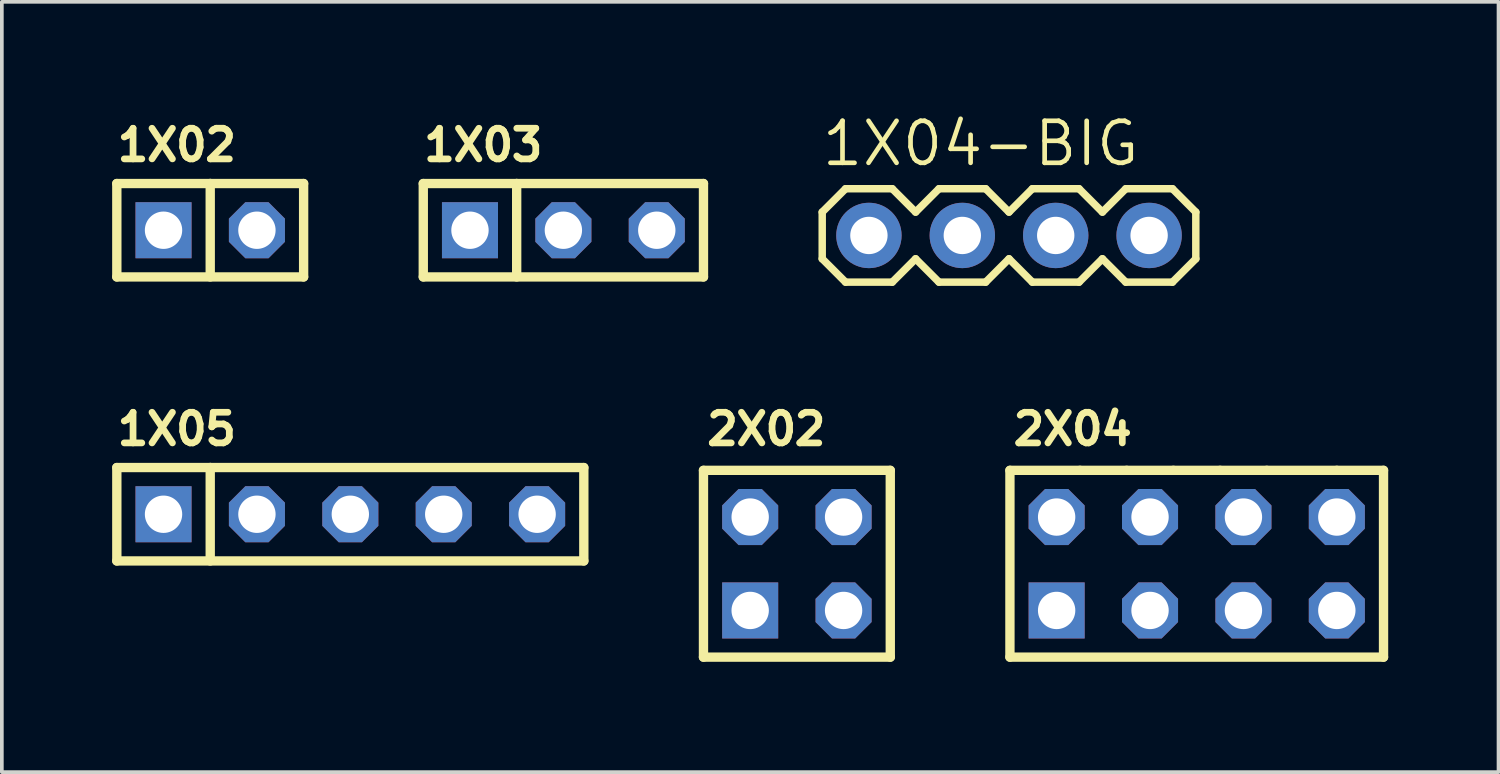
<source format=kicad_pcb>
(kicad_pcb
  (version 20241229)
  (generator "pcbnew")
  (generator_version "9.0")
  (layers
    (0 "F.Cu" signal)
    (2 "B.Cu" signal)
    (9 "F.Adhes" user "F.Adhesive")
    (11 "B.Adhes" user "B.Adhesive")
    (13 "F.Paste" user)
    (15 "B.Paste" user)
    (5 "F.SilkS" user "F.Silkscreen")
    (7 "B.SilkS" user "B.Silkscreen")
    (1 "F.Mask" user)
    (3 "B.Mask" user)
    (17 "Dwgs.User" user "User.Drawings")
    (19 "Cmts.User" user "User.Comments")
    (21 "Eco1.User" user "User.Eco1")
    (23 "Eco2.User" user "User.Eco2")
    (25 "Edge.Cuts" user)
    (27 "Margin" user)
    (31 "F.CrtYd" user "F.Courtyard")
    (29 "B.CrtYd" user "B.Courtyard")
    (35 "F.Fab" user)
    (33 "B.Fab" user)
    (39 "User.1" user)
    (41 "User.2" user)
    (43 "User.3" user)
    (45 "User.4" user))
  (footprint "2X02"
    (layer "F.Cu")
    (at 18.621 12.281)
    (property "Reference" "2X02" (at -2.54 -3.175 0) (unlocked yes) (layer "F.SilkS") (effects (font (size 0.833 0.833) (thickness 0.183)) (justify left bottom)))
    (fp_line (start -2.54 -2.54) (end 2.54 -2.54) (stroke (width 0.254) (type solid)) (layer "F.SilkS"))
    (fp_line (start -2.54 2.54) (end -2.54 -2.54) (stroke (width 0.254) (type solid)) (layer "F.SilkS"))
    (fp_line (start -2.54 2.54) (end 2.54 2.54) (stroke (width 0.254) (type solid)) (layer "F.SilkS"))
    (fp_line (start 2.54 -2.54) (end 2.54 2.54) (stroke (width 0.254) (type solid)) (layer "F.SilkS"))
    (fp_poly (pts (xy -1.524 -1.016) (xy -1.016 -1.016) (xy -1.016 -1.524) (xy -1.524 -1.524)) (stroke (width 0.1) (type default)) (fill no) (layer "F.Fab"))
    (fp_poly (pts (xy -1.524 1.524) (xy -1.016 1.524) (xy -1.016 1.016) (xy -1.524 1.016)) (stroke (width 0.1) (type default)) (fill no) (layer "F.Fab"))
    (fp_poly (pts (xy 1.016 -1.016) (xy 1.524 -1.016) (xy 1.524 -1.524) (xy 1.016 -1.524)) (stroke (width 0.1) (type default)) (fill no) (layer "F.Fab"))
    (fp_poly (pts (xy 1.016 1.524) (xy 1.524 1.524) (xy 1.524 1.016) (xy 1.016 1.016)) (stroke (width 0.1) (type default)) (fill no) (layer "F.Fab"))
    (pad "1" thru_hole rect (at -1.27 1.27) (size 1.524 1.524) (drill 1.016) (layers "*.Cu" "*.Mask"))
    (pad "2" thru_hole roundrect (at -1.27 -1.27) (size 1.524 1.524) (drill 1.016) (layers "*.Cu" "*.Mask") (roundrect_rratio 0.25) (chamfer_ratio 0.293) (chamfer top_left top_right bottom_left bottom_right))
    (pad "3" thru_hole roundrect (at 1.27 1.27) (size 1.524 1.524) (drill 1.016) (layers "*.Cu" "*.Mask") (roundrect_rratio 0.25) (chamfer_ratio 0.293) (chamfer top_left top_right bottom_left bottom_right))
    (pad "4" thru_hole roundrect (at 1.27 -1.27) (size 1.524 1.524) (drill 1.016) (layers "*.Cu" "*.Mask") (roundrect_rratio 0.25) (chamfer_ratio 0.293) (chamfer top_left top_right bottom_left bottom_right)))
  (footprint "1X03"
    (layer "F.Cu")
    (at 12.271 3.211)
    (property "Reference" "1X03" (at -3.886 -1.829 0) (unlocked yes) (layer "F.SilkS") (effects (font (size 0.833 0.833) (thickness 0.183)) (justify left bottom)))
    (fp_line (start -3.81 -1.27) (end -3.81 1.27) (stroke (width 0.254) (type solid)) (layer "F.SilkS"))
    (fp_line (start -3.81 -1.27) (end -1.27 -1.27) (stroke (width 0.254) (type solid)) (layer "F.SilkS"))
    (fp_line (start -1.27 -1.27) (end -1.27 1.27) (stroke (width 0.254) (type solid)) (layer "F.SilkS"))
    (fp_line (start -1.27 -1.27) (end 3.81 -1.27) (stroke (width 0.254) (type solid)) (layer "F.SilkS"))
    (fp_line (start 3.81 -1.27) (end 3.81 1.27) (stroke (width 0.254) (type solid)) (layer "F.SilkS"))
    (fp_line (start 3.81 1.27) (end -3.81 1.27) (stroke (width 0.254) (type solid)) (layer "F.SilkS"))
    (fp_poly (pts (xy -2.794 0.254) (xy -2.286 0.254) (xy -2.286 -0.254) (xy -2.794 -0.254)) (stroke (width 0.1) (type default)) (fill no) (layer "F.Fab"))
    (fp_poly (pts (xy -0.254 0.254) (xy 0.254 0.254) (xy 0.254 -0.254) (xy -0.254 -0.254)) (stroke (width 0.1) (type default)) (fill no) (layer "F.Fab"))
    (fp_poly (pts (xy 2.286 0.254) (xy 2.794 0.254) (xy 2.794 -0.254) (xy 2.286 -0.254)) (stroke (width 0.1) (type default)) (fill no) (layer "F.Fab"))
    (pad "1" thru_hole rect (at -2.54 0 90) (size 1.524 1.524) (drill 1.016) (layers "*.Cu" "*.Mask"))
    (pad "2" thru_hole roundrect (at 0 0 90) (size 1.524 1.524) (drill 1.016) (layers "*.Cu" "*.Mask") (roundrect_rratio 0.25) (chamfer_ratio 0.293) (chamfer top_left top_right bottom_left bottom_right))
    (pad "3" thru_hole roundrect (at 2.54 0 90) (size 1.524 1.524) (drill 1.016) (layers "*.Cu" "*.Mask") (roundrect_rratio 0.25) (chamfer_ratio 0.293) (chamfer top_left top_right bottom_left bottom_right)))
  (footprint "1X05"
    (layer "F.Cu")
    (at 6.477 10.935)
    (property "Reference" "1X05" (at -6.426 -1.829 0) (unlocked yes) (layer "F.SilkS") (effects (font (size 0.833 0.833) (thickness 0.183)) (justify left bottom)))
    (fp_line (start -6.35 -1.27) (end -6.35 1.27) (stroke (width 0.254) (type solid)) (layer "F.SilkS"))
    (fp_line (start -6.35 -1.27) (end -3.81 -1.27) (stroke (width 0.254) (type solid)) (layer "F.SilkS"))
    (fp_line (start -3.81 -1.27) (end -3.81 1.27) (stroke (width 0.254) (type solid)) (layer "F.SilkS"))
    (fp_line (start -3.81 -1.27) (end 6.35 -1.27) (stroke (width 0.254) (type solid)) (layer "F.SilkS"))
    (fp_line (start 6.35 -1.27) (end 6.35 1.27) (stroke (width 0.254) (type solid)) (layer "F.SilkS"))
    (fp_line (start 6.35 1.27) (end -6.35 1.27) (stroke (width 0.254) (type solid)) (layer "F.SilkS"))
    (fp_poly (pts (xy -5.334 0.254) (xy -4.826 0.254) (xy -4.826 -0.254) (xy -5.334 -0.254)) (stroke (width 0.1) (type default)) (fill no) (layer "F.Fab"))
    (fp_poly (pts (xy -2.794 0.254) (xy -2.286 0.254) (xy -2.286 -0.254) (xy -2.794 -0.254)) (stroke (width 0.1) (type default)) (fill no) (layer "F.Fab"))
    (fp_poly (pts (xy -0.254 0.254) (xy 0.254 0.254) (xy 0.254 -0.254) (xy -0.254 -0.254)) (stroke (width 0.1) (type default)) (fill no) (layer "F.Fab"))
    (fp_poly (pts (xy 2.286 0.254) (xy 2.794 0.254) (xy 2.794 -0.254) (xy 2.286 -0.254)) (stroke (width 0.1) (type default)) (fill no) (layer "F.Fab"))
    (fp_poly (pts (xy 4.826 0.254) (xy 5.334 0.254) (xy 5.334 -0.254) (xy 4.826 -0.254)) (stroke (width 0.1) (type default)) (fill no) (layer "F.Fab"))
    (pad "1" thru_hole rect (at -5.08 0 90) (size 1.524 1.524) (drill 1.016) (layers "*.Cu" "*.Mask"))
    (pad "2" thru_hole roundrect (at -2.54 0 90) (size 1.524 1.524) (drill 1.016) (layers "*.Cu" "*.Mask") (roundrect_rratio 0.25) (chamfer_ratio 0.293) (chamfer top_left top_right bottom_left bottom_right))
    (pad "3" thru_hole roundrect (at 0 0 90) (size 1.524 1.524) (drill 1.016) (layers "*.Cu" "*.Mask") (roundrect_rratio 0.25) (chamfer_ratio 0.293) (chamfer top_left top_right bottom_left bottom_right))
    (pad "4" thru_hole roundrect (at 2.54 0 90) (size 1.524 1.524) (drill 1.016) (layers "*.Cu" "*.Mask") (roundrect_rratio 0.25) (chamfer_ratio 0.293) (chamfer top_left top_right bottom_left bottom_right))
    (pad "5" thru_hole roundrect (at 5.08 0 90) (size 1.524 1.524) (drill 1.016) (layers "*.Cu" "*.Mask") (roundrect_rratio 0.25) (chamfer_ratio 0.293) (chamfer top_left top_right bottom_left bottom_right)))
  (footprint "1X04-BIG"
    (layer "F.Cu")
    (at 20.58 3.353)
    (property "Reference" "1X04-BIG" (at -1.346 -1.829 0) (unlocked yes) (layer "F.SilkS") (effects (font (size 1.143 1.143) (thickness 0.127)) (justify left bottom)))
    (fp_line (start -1.27 -0.635) (end -1.27 0.635) (stroke (width 0.203) (type solid)) (layer "F.SilkS"))
    (fp_line (start -1.27 0.635) (end -0.635 1.27) (stroke (width 0.203) (type solid)) (layer "F.SilkS"))
    (fp_line (start -0.635 -1.27) (end -1.27 -0.635) (stroke (width 0.203) (type solid)) (layer "F.SilkS"))
    (fp_line (start -0.635 -1.27) (end 0.635 -1.27) (stroke (width 0.203) (type solid)) (layer "F.SilkS"))
    (fp_line (start 0.635 -1.27) (end 1.27 -0.635) (stroke (width 0.203) (type solid)) (layer "F.SilkS"))
    (fp_line (start 0.635 1.27) (end -0.635 1.27) (stroke (width 0.203) (type solid)) (layer "F.SilkS"))
    (fp_line (start 1.27 -0.635) (end 1.905 -1.27) (stroke (width 0.203) (type solid)) (layer "F.SilkS"))
    (fp_line (start 1.27 0.635) (end 0.635 1.27) (stroke (width 0.203) (type solid)) (layer "F.SilkS"))
    (fp_line (start 1.905 -1.27) (end 3.175 -1.27) (stroke (width 0.203) (type solid)) (layer "F.SilkS"))
    (fp_line (start 1.905 1.27) (end 1.27 0.635) (stroke (width 0.203) (type solid)) (layer "F.SilkS"))
    (fp_line (start 3.175 -1.27) (end 3.81 -0.635) (stroke (width 0.203) (type solid)) (layer "F.SilkS"))
    (fp_line (start 3.175 1.27) (end 1.905 1.27) (stroke (width 0.203) (type solid)) (layer "F.SilkS"))
    (fp_line (start 3.81 -0.635) (end 4.445 -1.27) (stroke (width 0.203) (type solid)) (layer "F.SilkS"))
    (fp_line (start 3.81 0.635) (end 3.175 1.27) (stroke (width 0.203) (type solid)) (layer "F.SilkS"))
    (fp_line (start 4.445 -1.27) (end 5.715 -1.27) (stroke (width 0.203) (type solid)) (layer "F.SilkS"))
    (fp_line (start 4.445 1.27) (end 3.81 0.635) (stroke (width 0.203) (type solid)) (layer "F.SilkS"))
    (fp_line (start 5.715 -1.27) (end 6.35 -0.635) (stroke (width 0.203) (type solid)) (layer "F.SilkS"))
    (fp_line (start 5.715 1.27) (end 4.445 1.27) (stroke (width 0.203) (type solid)) (layer "F.SilkS"))
    (fp_line (start 6.35 0.635) (end 5.715 1.27) (stroke (width 0.203) (type solid)) (layer "F.SilkS"))
    (fp_line (start 6.35 0.635) (end 6.985 1.27) (stroke (width 0.203) (type solid)) (layer "F.SilkS"))
    (fp_line (start 6.985 -1.27) (end 6.35 -0.635) (stroke (width 0.203) (type solid)) (layer "F.SilkS"))
    (fp_line (start 6.985 -1.27) (end 8.255 -1.27) (stroke (width 0.203) (type solid)) (layer "F.SilkS"))
    (fp_line (start 8.255 -1.27) (end 8.89 -0.635) (stroke (width 0.203) (type solid)) (layer "F.SilkS"))
    (fp_line (start 8.255 1.27) (end 6.985 1.27) (stroke (width 0.203) (type solid)) (layer "F.SilkS"))
    (fp_line (start 8.89 -0.635) (end 8.89 0.635) (stroke (width 0.203) (type solid)) (layer "F.SilkS"))
    (fp_line (start 8.89 0.635) (end 8.255 1.27) (stroke (width 0.203) (type solid)) (layer "F.SilkS"))
    (fp_poly (pts (xy -0.254 0.254) (xy 0.254 0.254) (xy 0.254 -0.254) (xy -0.254 -0.254)) (stroke (width 0.1) (type default)) (fill no) (layer "F.Fab"))
    (fp_poly (pts (xy 2.286 0.254) (xy 2.794 0.254) (xy 2.794 -0.254) (xy 2.286 -0.254)) (stroke (width 0.1) (type default)) (fill no) (layer "F.Fab"))
    (fp_poly (pts (xy 4.826 0.254) (xy 5.334 0.254) (xy 5.334 -0.254) (xy 4.826 -0.254)) (stroke (width 0.1) (type default)) (fill no) (layer "F.Fab"))
    (fp_poly (pts (xy 7.366 0.254) (xy 7.874 0.254) (xy 7.874 -0.254) (xy 7.366 -0.254)) (stroke (width 0.1) (type default)) (fill no) (layer "F.Fab"))
    (pad "1" thru_hole circle (at 0 0 90) (size 1.778 1.778) (drill 1.016) (layers "*.Cu" "*.Mask"))
    (pad "2" thru_hole circle (at 2.54 0 90) (size 1.778 1.778) (drill 1.016) (layers "*.Cu" "*.Mask"))
    (pad "3" thru_hole circle (at 5.08 0 90) (size 1.778 1.778) (drill 1.016) (layers "*.Cu" "*.Mask"))
    (pad "4" thru_hole circle (at 7.62 0 90) (size 1.778 1.778) (drill 1.016) (layers "*.Cu" "*.Mask")))
  (footprint "2X04"
    (layer "F.Cu")
    (at 29.495 12.281)
    (property "Reference" "2X04" (at -5.08 -3.175 0) (unlocked yes) (layer "F.SilkS") (effects (font (size 0.833 0.833) (thickness 0.183)) (justify left bottom)))
    (fp_line (start -5.08 -2.54) (end -3.175 -2.54) (stroke (width 0.254) (type solid)) (layer "F.SilkS"))
    (fp_line (start -5.08 2.54) (end -5.08 -2.54) (stroke (width 0.254) (type solid)) (layer "F.SilkS"))
    (fp_line (start -5.08 2.54) (end 5.08 2.54) (stroke (width 0.254) (type solid)) (layer "F.SilkS"))
    (fp_line (start -3.175 -2.54) (end -1.905 -2.54) (stroke (width 0.254) (type solid)) (layer "F.SilkS"))
    (fp_line (start -1.905 -2.54) (end -0.635 -2.54) (stroke (width 0.254) (type solid)) (layer "F.SilkS"))
    (fp_line (start -0.635 -2.54) (end 0.635 -2.54) (stroke (width 0.254) (type solid)) (layer "F.SilkS"))
    (fp_line (start 0.635 -2.54) (end 1.905 -2.54) (stroke (width 0.254) (type solid)) (layer "F.SilkS"))
    (fp_line (start 1.905 -2.54) (end 3.81 -2.54) (stroke (width 0.254) (type solid)) (layer "F.SilkS"))
    (fp_line (start 3.81 -2.54) (end 5.08 -2.54) (stroke (width 0.254) (type solid)) (layer "F.SilkS"))
    (fp_line (start 5.08 -2.54) (end 5.08 2.54) (stroke (width 0.254) (type solid)) (layer "F.SilkS"))
    (fp_poly (pts (xy -4.064 -1.016) (xy -3.556 -1.016) (xy -3.556 -1.524) (xy -4.064 -1.524)) (stroke (width 0.1) (type default)) (fill no) (layer "F.Fab"))
    (fp_poly (pts (xy -4.064 1.524) (xy -3.556 1.524) (xy -3.556 1.016) (xy -4.064 1.016)) (stroke (width 0.1) (type default)) (fill no) (layer "F.Fab"))
    (fp_poly (pts (xy -1.524 -1.016) (xy -1.016 -1.016) (xy -1.016 -1.524) (xy -1.524 -1.524)) (stroke (width 0.1) (type default)) (fill no) (layer "F.Fab"))
    (fp_poly (pts (xy -1.524 1.524) (xy -1.016 1.524) (xy -1.016 1.016) (xy -1.524 1.016)) (stroke (width 0.1) (type default)) (fill no) (layer "F.Fab"))
    (fp_poly (pts (xy 1.016 -1.016) (xy 1.524 -1.016) (xy 1.524 -1.524) (xy 1.016 -1.524)) (stroke (width 0.1) (type default)) (fill no) (layer "F.Fab"))
    (fp_poly (pts (xy 1.016 1.524) (xy 1.524 1.524) (xy 1.524 1.016) (xy 1.016 1.016)) (stroke (width 0.1) (type default)) (fill no) (layer "F.Fab"))
    (fp_poly (pts (xy 3.556 -1.016) (xy 4.064 -1.016) (xy 4.064 -1.524) (xy 3.556 -1.524)) (stroke (width 0.1) (type default)) (fill no) (layer "F.Fab"))
    (fp_poly (pts (xy 3.556 1.524) (xy 4.064 1.524) (xy 4.064 1.016) (xy 3.556 1.016)) (stroke (width 0.1) (type default)) (fill no) (layer "F.Fab"))
    (pad "1" thru_hole rect (at -3.81 1.27) (size 1.524 1.524) (drill 1.016) (layers "*.Cu" "*.Mask"))
    (pad "2" thru_hole roundrect (at -3.81 -1.27) (size 1.524 1.524) (drill 1.016) (layers "*.Cu" "*.Mask") (roundrect_rratio 0.25) (chamfer_ratio 0.293) (chamfer top_left top_right bottom_left bottom_right))
    (pad "3" thru_hole roundrect (at -1.27 1.27) (size 1.524 1.524) (drill 1.016) (layers "*.Cu" "*.Mask") (roundrect_rratio 0.25) (chamfer_ratio 0.293) (chamfer top_left top_right bottom_left bottom_right))
    (pad "4" thru_hole roundrect (at -1.27 -1.27) (size 1.524 1.524) (drill 1.016) (layers "*.Cu" "*.Mask") (roundrect_rratio 0.25) (chamfer_ratio 0.293) (chamfer top_left top_right bottom_left bottom_right))
    (pad "5" thru_hole roundrect (at 1.27 1.27) (size 1.524 1.524) (drill 1.016) (layers "*.Cu" "*.Mask") (roundrect_rratio 0.25) (chamfer_ratio 0.293) (chamfer top_left top_right bottom_left bottom_right))
    (pad "6" thru_hole roundrect (at 1.27 -1.27) (size 1.524 1.524) (drill 1.016) (layers "*.Cu" "*.Mask") (roundrect_rratio 0.25) (chamfer_ratio 0.293) (chamfer top_left top_right bottom_left bottom_right))
    (pad "7" thru_hole roundrect (at 3.81 1.27) (size 1.524 1.524) (drill 1.016) (layers "*.Cu" "*.Mask") (roundrect_rratio 0.25) (chamfer_ratio 0.293) (chamfer top_left top_right bottom_left bottom_right))
    (pad "8" thru_hole roundrect (at 3.81 -1.27) (size 1.524 1.524) (drill 1.016) (layers "*.Cu" "*.Mask") (roundrect_rratio 0.25) (chamfer_ratio 0.293) (chamfer top_left top_right bottom_left bottom_right)))
  (footprint "1X02"
    (layer "F.Cu")
    (at 2.667 3.211)
    (property "Reference" "1X02" (at -2.616 -1.829 0) (unlocked yes) (layer "F.SilkS") (effects (font (size 0.833 0.833) (thickness 0.183)) (justify left bottom)))
    (fp_line (start -2.54 -1.27) (end -2.54 1.27) (stroke (width 0.254) (type solid)) (layer "F.SilkS"))
    (fp_line (start -2.54 -1.27) (end 0 -1.27) (stroke (width 0.254) (type solid)) (layer "F.SilkS"))
    (fp_line (start 0 -1.27) (end 0 1.27) (stroke (width 0.254) (type solid)) (layer "F.SilkS"))
    (fp_line (start 0 -1.27) (end 2.54 -1.27) (stroke (width 0.254) (type solid)) (layer "F.SilkS"))
    (fp_line (start 2.54 -1.27) (end 2.54 1.27) (stroke (width 0.254) (type solid)) (layer "F.SilkS"))
    (fp_line (start 2.54 1.27) (end -2.54 1.27) (stroke (width 0.254) (type solid)) (layer "F.SilkS"))
    (fp_poly (pts (xy -1.524 0.254) (xy -1.016 0.254) (xy -1.016 -0.254) (xy -1.524 -0.254)) (stroke (width 0.1) (type default)) (fill no) (layer "F.Fab"))
    (fp_poly (pts (xy 1.016 0.254) (xy 1.524 0.254) (xy 1.524 -0.254) (xy 1.016 -0.254)) (stroke (width 0.1) (type default)) (fill no) (layer "F.Fab"))
    (pad "1" thru_hole rect (at -1.27 0 90) (size 1.524 1.524) (drill 1.016) (layers "*.Cu" "*.Mask"))
    (pad "2" thru_hole roundrect (at 1.27 0 90) (size 1.524 1.524) (drill 1.016) (layers "*.Cu" "*.Mask") (roundrect_rratio 0.25) (chamfer_ratio 0.293) (chamfer top_left top_right bottom_left bottom_right)))
  (gr_rect
    (start -3 -3)
    (end 37.702 17.948)
    (stroke (width 0.1) (type default))
    (fill no)
    (layer "Edge.Cuts")))
</source>
